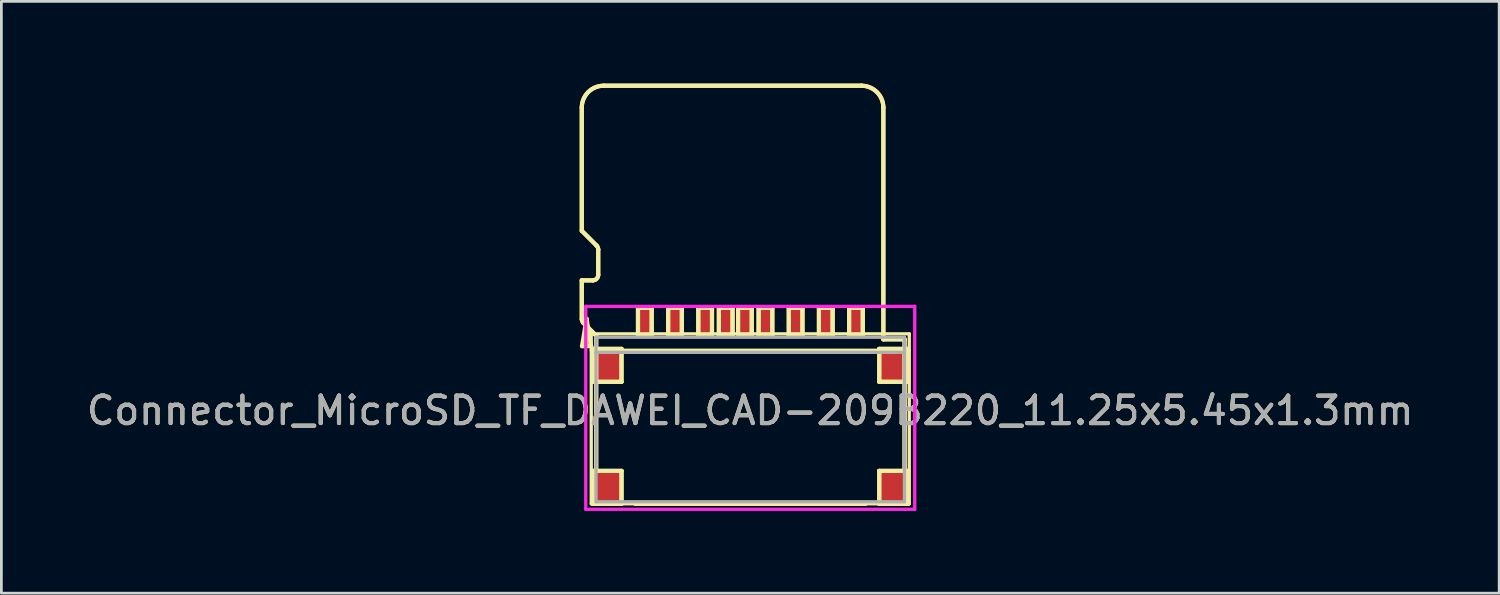
<source format=kicad_pcb>
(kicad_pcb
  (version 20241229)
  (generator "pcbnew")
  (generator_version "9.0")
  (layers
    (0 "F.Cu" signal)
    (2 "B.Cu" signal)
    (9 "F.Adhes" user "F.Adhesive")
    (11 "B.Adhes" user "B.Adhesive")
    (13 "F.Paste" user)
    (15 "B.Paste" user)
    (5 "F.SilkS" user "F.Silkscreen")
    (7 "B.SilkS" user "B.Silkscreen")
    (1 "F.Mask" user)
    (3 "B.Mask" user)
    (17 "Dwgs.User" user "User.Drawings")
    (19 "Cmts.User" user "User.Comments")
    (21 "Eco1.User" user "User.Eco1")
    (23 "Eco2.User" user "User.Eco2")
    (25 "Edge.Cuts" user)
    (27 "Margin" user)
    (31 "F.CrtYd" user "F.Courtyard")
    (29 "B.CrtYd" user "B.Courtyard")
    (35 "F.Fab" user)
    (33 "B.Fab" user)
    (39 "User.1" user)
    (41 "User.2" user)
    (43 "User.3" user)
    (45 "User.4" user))
  (footprint "Connector_MicroSD_TF_DAWEI_CAD-209B220_11.25x5.45x1.3mm"
    (layer "F.Cu")
    (at 24.315 12.526)
    (property "Reference" "Connector_MicroSD_TF_DAWEI_CAD-209B220_11.25x5.45x1.3mm" (at 0 -0.6 0) (layer "F.SilkS") (effects (font (size 1 1) (thickness 0.15))))
    (attr smd)
    (fp_line (start -6.145 -7.158) (end -6.145 -11.65) (stroke (width 0.152) (type solid)) (layer "F.SilkS"))
    (fp_line (start -6.145 -7.158) (end -6.145 -11.65) (stroke (width 0.152) (type solid)) (layer "F.SilkS"))
    (fp_line (start -6.145 -5.35) (end -6.145 -3.941) (stroke (width 0.152) (type solid)) (layer "F.SilkS"))
    (fp_line (start -6.145 -5.35) (end -6.145 -3.941) (stroke (width 0.152) (type solid)) (layer "F.SilkS"))
    (fp_line (start -6.137 -2.95) (end -5.803 -2.95) (stroke (width 0.152) (type solid)) (layer "F.SilkS"))
    (fp_line (start -5.97 -3.95) (end -6.137 -2.95) (stroke (width 0.152) (type solid)) (layer "F.SilkS"))
    (fp_line (start -5.97 -2.95) (end -5.97 -3.95) (stroke (width 0.152) (type solid)) (layer "F.SilkS"))
    (fp_line (start -5.803 -2.95) (end -5.97 -3.95) (stroke (width 0.152) (type solid)) (layer "F.SilkS"))
    (fp_line (start -5.8 -3.4) (end 5.8 -3.4) (stroke (width 0.12) (type solid)) (layer "F.SilkS"))
    (fp_line (start -5.8 -2.8) (end 5.8 -2.8) (stroke (width 0.12) (type solid)) (layer "F.SilkS"))
    (fp_line (start -5.8 2.8) (end -5.8 -3.4) (stroke (width 0.12) (type solid)) (layer "F.SilkS"))
    (fp_line (start -5.745 -5.35) (end -6.145 -5.35) (stroke (width 0.152) (type solid)) (layer "F.SilkS"))
    (fp_line (start -5.745 -5.35) (end -6.145 -5.35) (stroke (width 0.152) (type solid)) (layer "F.SilkS"))
    (fp_line (start -5.745 -2.85) (end -5.745 -1.65) (stroke (width 0.152) (type solid)) (layer "F.SilkS"))
    (fp_line (start -5.745 -2.85) (end -5.745 -1.65) (stroke (width 0.152) (type solid)) (layer "F.SilkS"))
    (fp_line (start -5.745 -1.65) (end -4.695 -1.65) (stroke (width 0.152) (type solid)) (layer "F.SilkS"))
    (fp_line (start -5.745 -1.65) (end -4.695 -1.65) (stroke (width 0.152) (type solid)) (layer "F.SilkS"))
    (fp_line (start -5.745 1.6) (end -5.745 2.8) (stroke (width 0.152) (type solid)) (layer "F.SilkS"))
    (fp_line (start -5.745 1.6) (end -5.745 2.8) (stroke (width 0.152) (type solid)) (layer "F.SilkS"))
    (fp_line (start -5.745 2.8) (end -4.695 2.8) (stroke (width 0.152) (type solid)) (layer "F.SilkS"))
    (fp_line (start -5.745 2.8) (end -4.695 2.8) (stroke (width 0.152) (type solid)) (layer "F.SilkS"))
    (fp_line (start -5.62 -3.333) (end -6.086 -3.799) (stroke (width 0.152) (type solid)) (layer "F.SilkS"))
    (fp_line (start -5.62 -3.333) (end -6.086 -3.799) (stroke (width 0.152) (type solid)) (layer "F.SilkS"))
    (fp_line (start -5.62 -3.333) (end -5.62 1.6) (stroke (width 0.152) (type solid)) (layer "F.SilkS"))
    (fp_line (start -5.62 -3.333) (end -5.62 1.6) (stroke (width 0.152) (type solid)) (layer "F.SilkS"))
    (fp_line (start -5.604 -6.617) (end -6.145 -7.158) (stroke (width 0.152) (type solid)) (layer "F.SilkS"))
    (fp_line (start -5.604 -6.617) (end -6.145 -7.158) (stroke (width 0.152) (type solid)) (layer "F.SilkS"))
    (fp_line (start -5.545 -6.475) (end -5.545 -5.55) (stroke (width 0.152) (type solid)) (layer "F.SilkS"))
    (fp_line (start -5.545 -6.475) (end -5.545 -5.55) (stroke (width 0.152) (type solid)) (layer "F.SilkS"))
    (fp_line (start -5.345 -12.45) (end 4.055 -12.45) (stroke (width 0.152) (type solid)) (layer "F.SilkS"))
    (fp_line (start -5.345 -12.45) (end 4.055 -12.45) (stroke (width 0.152) (type solid)) (layer "F.SilkS"))
    (fp_line (start -4.695 -2.85) (end -5.745 -2.85) (stroke (width 0.152) (type solid)) (layer "F.SilkS"))
    (fp_line (start -4.695 -2.85) (end -5.745 -2.85) (stroke (width 0.152) (type solid)) (layer "F.SilkS"))
    (fp_line (start -4.695 -1.65) (end -4.695 -2.85) (stroke (width 0.152) (type solid)) (layer "F.SilkS"))
    (fp_line (start -4.695 -1.65) (end -4.695 -2.85) (stroke (width 0.152) (type solid)) (layer "F.SilkS"))
    (fp_line (start -4.695 1.6) (end -5.745 1.6) (stroke (width 0.152) (type solid)) (layer "F.SilkS"))
    (fp_line (start -4.695 1.6) (end -5.745 1.6) (stroke (width 0.152) (type solid)) (layer "F.SilkS"))
    (fp_line (start -4.695 2.8) (end -4.695 1.6) (stroke (width 0.152) (type solid)) (layer "F.SilkS"))
    (fp_line (start -4.695 2.8) (end -4.695 1.6) (stroke (width 0.152) (type solid)) (layer "F.SilkS"))
    (fp_line (start -4.095 -4.35) (end -4.095 -3.35) (stroke (width 0.152) (type solid)) (layer "F.SilkS"))
    (fp_line (start -4.095 -4.35) (end -4.095 -3.35) (stroke (width 0.152) (type solid)) (layer "F.SilkS"))
    (fp_line (start -4.095 -3.35) (end -3.595 -3.35) (stroke (width 0.152) (type solid)) (layer "F.SilkS"))
    (fp_line (start -4.095 -3.35) (end -3.595 -3.35) (stroke (width 0.152) (type solid)) (layer "F.SilkS"))
    (fp_line (start -3.595 -4.35) (end -4.095 -4.35) (stroke (width 0.152) (type solid)) (layer "F.SilkS"))
    (fp_line (start -3.595 -4.35) (end -4.095 -4.35) (stroke (width 0.152) (type solid)) (layer "F.SilkS"))
    (fp_line (start -3.595 -3.35) (end -3.595 -4.35) (stroke (width 0.152) (type solid)) (layer "F.SilkS"))
    (fp_line (start -3.595 -3.35) (end -3.595 -4.35) (stroke (width 0.152) (type solid)) (layer "F.SilkS"))
    (fp_line (start -2.995 -4.35) (end -2.995 -3.35) (stroke (width 0.152) (type solid)) (layer "F.SilkS"))
    (fp_line (start -2.995 -4.35) (end -2.995 -3.35) (stroke (width 0.152) (type solid)) (layer "F.SilkS"))
    (fp_line (start -2.995 -3.35) (end -2.495 -3.35) (stroke (width 0.152) (type solid)) (layer "F.SilkS"))
    (fp_line (start -2.995 -3.35) (end -2.495 -3.35) (stroke (width 0.152) (type solid)) (layer "F.SilkS"))
    (fp_line (start -2.495 -4.35) (end -2.995 -4.35) (stroke (width 0.152) (type solid)) (layer "F.SilkS"))
    (fp_line (start -2.495 -4.35) (end -2.995 -4.35) (stroke (width 0.152) (type solid)) (layer "F.SilkS"))
    (fp_line (start -2.495 -3.35) (end -2.495 -4.35) (stroke (width 0.152) (type solid)) (layer "F.SilkS"))
    (fp_line (start -2.495 -3.35) (end -2.495 -4.35) (stroke (width 0.152) (type solid)) (layer "F.SilkS"))
    (fp_line (start -1.895 -4.35) (end -1.895 -3.35) (stroke (width 0.152) (type solid)) (layer "F.SilkS"))
    (fp_line (start -1.895 -4.35) (end -1.895 -3.35) (stroke (width 0.152) (type solid)) (layer "F.SilkS"))
    (fp_line (start -1.895 -3.35) (end -1.395 -3.35) (stroke (width 0.152) (type solid)) (layer "F.SilkS"))
    (fp_line (start -1.895 -3.35) (end -1.395 -3.35) (stroke (width 0.152) (type solid)) (layer "F.SilkS"))
    (fp_line (start -1.395 -4.35) (end -1.895 -4.35) (stroke (width 0.152) (type solid)) (layer "F.SilkS"))
    (fp_line (start -1.395 -4.35) (end -1.895 -4.35) (stroke (width 0.152) (type solid)) (layer "F.SilkS"))
    (fp_line (start -1.395 -3.35) (end -1.395 -4.35) (stroke (width 0.152) (type solid)) (layer "F.SilkS"))
    (fp_line (start -1.395 -3.35) (end -1.395 -4.35) (stroke (width 0.152) (type solid)) (layer "F.SilkS"))
    (fp_line (start -1.145 -4.35) (end -1.145 -3.35) (stroke (width 0.152) (type solid)) (layer "F.SilkS"))
    (fp_line (start -1.145 -4.35) (end -1.145 -3.35) (stroke (width 0.152) (type solid)) (layer "F.SilkS"))
    (fp_line (start -1.145 -3.35) (end -0.645 -3.35) (stroke (width 0.152) (type solid)) (layer "F.SilkS"))
    (fp_line (start -1.145 -3.35) (end -0.645 -3.35) (stroke (width 0.152) (type solid)) (layer "F.SilkS"))
    (fp_line (start -0.645 -4.35) (end -1.145 -4.35) (stroke (width 0.152) (type solid)) (layer "F.SilkS"))
    (fp_line (start -0.645 -4.35) (end -1.145 -4.35) (stroke (width 0.152) (type solid)) (layer "F.SilkS"))
    (fp_line (start -0.645 -3.35) (end -0.645 -4.35) (stroke (width 0.152) (type solid)) (layer "F.SilkS"))
    (fp_line (start -0.645 -3.35) (end -0.645 -4.35) (stroke (width 0.152) (type solid)) (layer "F.SilkS"))
    (fp_line (start -0.445 -4.35) (end -0.445 -3.35) (stroke (width 0.152) (type solid)) (layer "F.SilkS"))
    (fp_line (start -0.445 -4.35) (end -0.445 -3.35) (stroke (width 0.152) (type solid)) (layer "F.SilkS"))
    (fp_line (start -0.445 -3.35) (end 0.055 -3.35) (stroke (width 0.152) (type solid)) (layer "F.SilkS"))
    (fp_line (start -0.445 -3.35) (end 0.055 -3.35) (stroke (width 0.152) (type solid)) (layer "F.SilkS"))
    (fp_line (start 0.055 -4.35) (end -0.445 -4.35) (stroke (width 0.152) (type solid)) (layer "F.SilkS"))
    (fp_line (start 0.055 -4.35) (end -0.445 -4.35) (stroke (width 0.152) (type solid)) (layer "F.SilkS"))
    (fp_line (start 0.055 -3.35) (end 0.055 -4.35) (stroke (width 0.152) (type solid)) (layer "F.SilkS"))
    (fp_line (start 0.055 -3.35) (end 0.055 -4.35) (stroke (width 0.152) (type solid)) (layer "F.SilkS"))
    (fp_line (start 0.305 -4.35) (end 0.305 -3.35) (stroke (width 0.152) (type solid)) (layer "F.SilkS"))
    (fp_line (start 0.305 -4.35) (end 0.305 -3.35) (stroke (width 0.152) (type solid)) (layer "F.SilkS"))
    (fp_line (start 0.305 -3.35) (end 0.805 -3.35) (stroke (width 0.152) (type solid)) (layer "F.SilkS"))
    (fp_line (start 0.305 -3.35) (end 0.805 -3.35) (stroke (width 0.152) (type solid)) (layer "F.SilkS"))
    (fp_line (start 0.805 -4.35) (end 0.305 -4.35) (stroke (width 0.152) (type solid)) (layer "F.SilkS"))
    (fp_line (start 0.805 -4.35) (end 0.305 -4.35) (stroke (width 0.152) (type solid)) (layer "F.SilkS"))
    (fp_line (start 0.805 -3.35) (end 0.805 -4.35) (stroke (width 0.152) (type solid)) (layer "F.SilkS"))
    (fp_line (start 0.805 -3.35) (end 0.805 -4.35) (stroke (width 0.152) (type solid)) (layer "F.SilkS"))
    (fp_line (start 1.405 -4.35) (end 1.405 -3.35) (stroke (width 0.152) (type solid)) (layer "F.SilkS"))
    (fp_line (start 1.405 -4.35) (end 1.405 -3.35) (stroke (width 0.152) (type solid)) (layer "F.SilkS"))
    (fp_line (start 1.405 -3.35) (end 1.905 -3.35) (stroke (width 0.152) (type solid)) (layer "F.SilkS"))
    (fp_line (start 1.405 -3.35) (end 1.905 -3.35) (stroke (width 0.152) (type solid)) (layer "F.SilkS"))
    (fp_line (start 1.905 -4.35) (end 1.405 -4.35) (stroke (width 0.152) (type solid)) (layer "F.SilkS"))
    (fp_line (start 1.905 -4.35) (end 1.405 -4.35) (stroke (width 0.152) (type solid)) (layer "F.SilkS"))
    (fp_line (start 1.905 -3.35) (end 1.905 -4.35) (stroke (width 0.152) (type solid)) (layer "F.SilkS"))
    (fp_line (start 1.905 -3.35) (end 1.905 -4.35) (stroke (width 0.152) (type solid)) (layer "F.SilkS"))
    (fp_line (start 2.505 -4.35) (end 2.505 -3.35) (stroke (width 0.152) (type solid)) (layer "F.SilkS"))
    (fp_line (start 2.505 -4.35) (end 2.505 -3.35) (stroke (width 0.152) (type solid)) (layer "F.SilkS"))
    (fp_line (start 2.505 -3.35) (end 3.005 -3.35) (stroke (width 0.152) (type solid)) (layer "F.SilkS"))
    (fp_line (start 2.505 -3.35) (end 3.005 -3.35) (stroke (width 0.152) (type solid)) (layer "F.SilkS"))
    (fp_line (start 3.005 -4.35) (end 2.505 -4.35) (stroke (width 0.152) (type solid)) (layer "F.SilkS"))
    (fp_line (start 3.005 -4.35) (end 2.505 -4.35) (stroke (width 0.152) (type solid)) (layer "F.SilkS"))
    (fp_line (start 3.005 -3.35) (end 3.005 -4.35) (stroke (width 0.152) (type solid)) (layer "F.SilkS"))
    (fp_line (start 3.005 -3.35) (end 3.005 -4.35) (stroke (width 0.152) (type solid)) (layer "F.SilkS"))
    (fp_line (start 3.605 -4.35) (end 3.605 -3.35) (stroke (width 0.152) (type solid)) (layer "F.SilkS"))
    (fp_line (start 3.605 -4.35) (end 3.605 -3.35) (stroke (width 0.152) (type solid)) (layer "F.SilkS"))
    (fp_line (start 3.605 -3.35) (end 4.105 -3.35) (stroke (width 0.152) (type solid)) (layer "F.SilkS"))
    (fp_line (start 3.605 -3.35) (end 4.105 -3.35) (stroke (width 0.152) (type solid)) (layer "F.SilkS"))
    (fp_line (start 4.105 -4.35) (end 3.605 -4.35) (stroke (width 0.152) (type solid)) (layer "F.SilkS"))
    (fp_line (start 4.105 -4.35) (end 3.605 -4.35) (stroke (width 0.152) (type solid)) (layer "F.SilkS"))
    (fp_line (start 4.105 -3.35) (end 4.105 -4.35) (stroke (width 0.152) (type solid)) (layer "F.SilkS"))
    (fp_line (start 4.105 -3.35) (end 4.105 -4.35) (stroke (width 0.152) (type solid)) (layer "F.SilkS"))
    (fp_line (start 4.205 2.8) (end -4.195 2.8) (stroke (width 0.152) (type solid)) (layer "F.SilkS"))
    (fp_line (start 4.205 2.8) (end -4.195 2.8) (stroke (width 0.152) (type solid)) (layer "F.SilkS"))
    (fp_line (start 4.705 -2.85) (end 4.705 -1.65) (stroke (width 0.152) (type solid)) (layer "F.SilkS"))
    (fp_line (start 4.705 -2.85) (end 4.705 -1.65) (stroke (width 0.152) (type solid)) (layer "F.SilkS"))
    (fp_line (start 4.705 -1.65) (end 5.755 -1.65) (stroke (width 0.152) (type solid)) (layer "F.SilkS"))
    (fp_line (start 4.705 -1.65) (end 5.755 -1.65) (stroke (width 0.152) (type solid)) (layer "F.SilkS"))
    (fp_line (start 4.705 1.6) (end 4.705 2.8) (stroke (width 0.152) (type solid)) (layer "F.SilkS"))
    (fp_line (start 4.705 1.6) (end 4.705 2.8) (stroke (width 0.152) (type solid)) (layer "F.SilkS"))
    (fp_line (start 4.705 2.8) (end 5.755 2.8) (stroke (width 0.152) (type solid)) (layer "F.SilkS"))
    (fp_line (start 4.705 2.8) (end 5.755 2.8) (stroke (width 0.152) (type solid)) (layer "F.SilkS"))
    (fp_line (start 4.855 -11.65) (end 4.855 -3.2) (stroke (width 0.152) (type solid)) (layer "F.SilkS"))
    (fp_line (start 4.855 -11.65) (end 4.855 -3.2) (stroke (width 0.152) (type solid)) (layer "F.SilkS"))
    (fp_line (start 4.855 -3.2) (end 5.63 -3.2) (stroke (width 0.152) (type solid)) (layer "F.SilkS"))
    (fp_line (start 4.855 -3.2) (end 5.63 -3.2) (stroke (width 0.152) (type solid)) (layer "F.SilkS"))
    (fp_line (start 5.63 -3.2) (end 5.63 1.6) (stroke (width 0.152) (type solid)) (layer "F.SilkS"))
    (fp_line (start 5.63 -3.2) (end 5.63 1.6) (stroke (width 0.152) (type solid)) (layer "F.SilkS"))
    (fp_line (start 5.755 -2.85) (end 4.705 -2.85) (stroke (width 0.152) (type solid)) (layer "F.SilkS"))
    (fp_line (start 5.755 -2.85) (end 4.705 -2.85) (stroke (width 0.152) (type solid)) (layer "F.SilkS"))
    (fp_line (start 5.755 -1.65) (end 5.755 -2.85) (stroke (width 0.152) (type solid)) (layer "F.SilkS"))
    (fp_line (start 5.755 -1.65) (end 5.755 -2.85) (stroke (width 0.152) (type solid)) (layer "F.SilkS"))
    (fp_line (start 5.755 1.6) (end 4.705 1.6) (stroke (width 0.152) (type solid)) (layer "F.SilkS"))
    (fp_line (start 5.755 1.6) (end 4.705 1.6) (stroke (width 0.152) (type solid)) (layer "F.SilkS"))
    (fp_line (start 5.755 2.8) (end 5.755 1.6) (stroke (width 0.152) (type solid)) (layer "F.SilkS"))
    (fp_line (start 5.755 2.8) (end 5.755 1.6) (stroke (width 0.152) (type solid)) (layer "F.SilkS"))
    (fp_line (start 5.8 -3.4) (end 5.8 2.8) (stroke (width 0.12) (type solid)) (layer "F.SilkS"))
    (fp_line (start 5.8 2.8) (end -5.8 2.8) (stroke (width 0.12) (type solid)) (layer "F.SilkS"))
    (fp_arc (start -6.145 -11.650006) (mid -5.910685 -12.215691) (end -5.345 -12.450006) (stroke (width 0.152) (type solid)) (layer "F.SilkS"))
    (fp_arc (start -6.145 -11.650006) (mid -5.910685 -12.215691) (end -5.345 -12.450006) (stroke (width 0.152) (type solid)) (layer "F.SilkS"))
    (fp_arc (start -6.086422 -3.799423) (mid -6.129775 -3.864307) (end -6.144999 -3.940842) (stroke (width 0.152) (type solid)) (layer "F.SilkS"))
    (fp_arc (start -6.086422 -3.799423) (mid -6.129775 -3.864307) (end -6.144999 -3.940842) (stroke (width 0.152) (type solid)) (layer "F.SilkS"))
    (fp_arc (start -5.60358 -6.616579) (mid -5.560224 -6.551694) (end -5.545 -6.475156) (stroke (width 0.152) (type solid)) (layer "F.SilkS"))
    (fp_arc (start -5.60358 -6.616579) (mid -5.560224 -6.551694) (end -5.545 -6.475156) (stroke (width 0.152) (type solid)) (layer "F.SilkS"))
    (fp_arc (start -5.545001 -5.550005) (mid -5.603579 -5.408584) (end -5.745 -5.350006) (stroke (width 0.152) (type solid)) (layer "F.SilkS"))
    (fp_arc (start -5.545001 -5.550005) (mid -5.603579 -5.408584) (end -5.745 -5.350006) (stroke (width 0.152) (type solid)) (layer "F.SilkS"))
    (fp_arc (start 4.055 -12.450006) (mid 4.620685 -12.215691) (end 4.855 -11.650006) (stroke (width 0.152) (type solid)) (layer "F.SilkS"))
    (fp_arc (start 4.055 -12.450006) (mid 4.620685 -12.215691) (end 4.855 -11.650006) (stroke (width 0.152) (type solid)) (layer "F.SilkS"))
    (fp_line (start -6 -4.4) (end -6 3) (stroke (width 0.12) (type solid)) (layer "F.CrtYd"))
    (fp_line (start -6 3) (end 6 3) (stroke (width 0.12) (type solid)) (layer "F.CrtYd"))
    (fp_line (start 6 -4.4) (end -6 -4.4) (stroke (width 0.12) (type solid)) (layer "F.CrtYd"))
    (fp_line (start 6 3) (end 6 -4.4) (stroke (width 0.12) (type solid)) (layer "F.CrtYd"))
    (fp_line (start -5.625 -2.725) (end -5.625 -3.275) (stroke (width 0.12) (type solid)) (layer "F.Fab"))
    (fp_line (start -5.625 -2.725) (end -5.625 2.725) (stroke (width 0.12) (type solid)) (layer "F.Fab"))
    (fp_line (start -5.625 2.725) (end 5.625 2.725) (stroke (width 0.12) (type solid)) (layer "F.Fab"))
    (fp_line (start 5.625 -3.275) (end -5.625 -3.275) (stroke (width 0.12) (type solid)) (layer "F.Fab"))
    (fp_line (start 5.625 -2.725) (end -5.625 -2.725) (stroke (width 0.12) (type solid)) (layer "F.Fab"))
    (fp_line (start 5.625 -2.725) (end 5.625 -3.275) (stroke (width 0.12) (type solid)) (layer "F.Fab"))
    (fp_line (start 5.625 2.725) (end 5.625 -2.725) (stroke (width 0.12) (type solid)) (layer "F.Fab"))
    (fp_text user "${REFERENCE}" (at 0 -0.6 0) (layer "F.Fab") (effects (font (size 1 1) (thickness 0.15))))
    (pad "1" smd rect (at -3.85 -3.85 180) (size 0.5 1) (layers "F.Cu" "F.Mask" "F.Paste"))
    (pad "2" smd rect (at -2.75 -3.85 180) (size 0.5 1) (layers "F.Cu" "F.Mask" "F.Paste"))
    (pad "3" smd rect (at -1.65 -3.85 180) (size 0.5 1) (layers "F.Cu" "F.Mask" "F.Paste"))
    (pad "4" smd rect (at -0.9 -3.85 180) (size 0.5 1) (layers "F.Cu" "F.Mask" "F.Paste"))
    (pad "5" smd rect (at 0.55 -3.85 180) (size 0.5 1) (layers "F.Cu" "F.Mask" "F.Paste"))
    (pad "6" smd rect (at 1.65 -3.85 180) (size 0.5 1) (layers "F.Cu" "F.Mask" "F.Paste"))
    (pad "7" smd rect (at 2.75 -3.85 180) (size 0.5 1) (layers "F.Cu" "F.Mask" "F.Paste"))
    (pad "8" smd rect (at 3.85 -3.85 180) (size 0.5 1) (layers "F.Cu" "F.Mask" "F.Paste"))
    (pad "9" smd rect (at -0.2 -3.85 180) (size 0.5 1) (layers "F.Cu" "F.Mask" "F.Paste"))
    (pad "10" smd rect (at 5.225 -2.25) (size 1.05 1.2) (layers "F.Cu" "F.Mask" "F.Paste"))
    (pad "11" smd rect (at 5.225 2.2) (size 1.05 1.2) (layers "F.Cu" "F.Mask" "F.Paste"))
    (pad "12" smd rect (at -5.2 -2.25) (size 1.05 1.2) (layers "F.Cu" "F.Mask" "F.Paste"))
    (pad "13" smd rect (at -5.2 2.2) (size 1.05 1.2) (layers "F.Cu" "F.Mask" "F.Paste")))
  (gr_rect
    (start -3 -3)
    (end 51.631 18.586)
    (stroke (width 0.1) (type default))
    (fill no)
    (layer "Edge.Cuts")))
</source>
